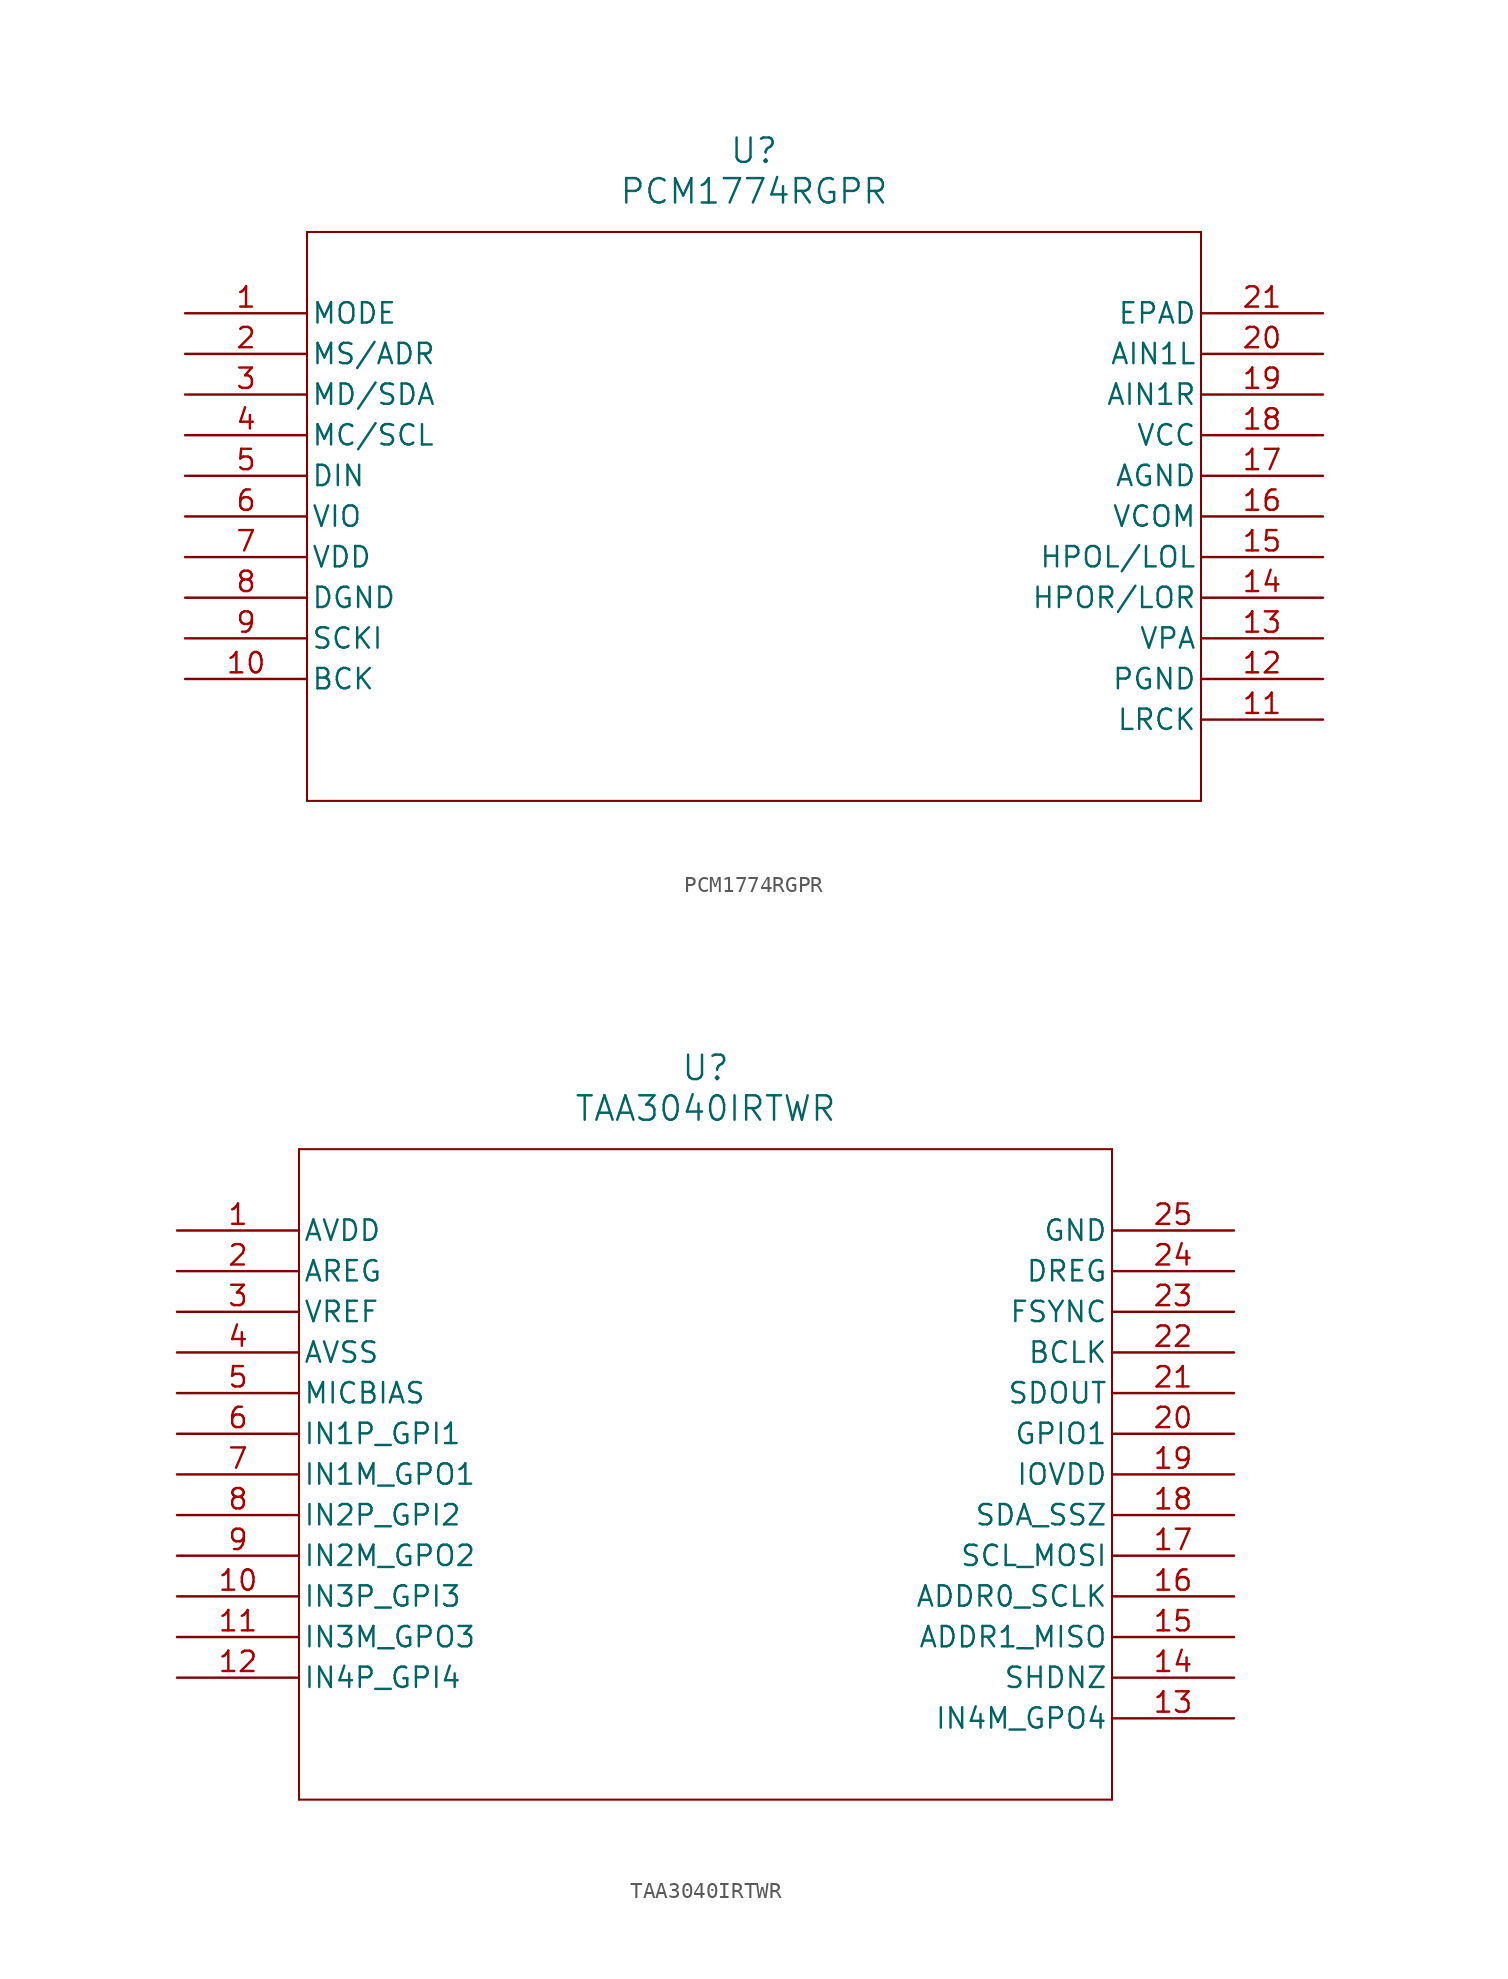
<source format=kicad_sym>
(kicad_symbol_lib
  (version 20241209)
  (generator "kicad_symbol_editor")
  (generator_version "9.0")
  (symbol "PCM1774RGPR"
    (pin_names
      (offset 0.254))
    (property "Reference" "U"
      (at 35.56 10.16 0)
      (effects (font (size 1.524 1.524))))
    (property "Value" "PCM1774RGPR"
      (at 35.56 7.62 0)
      (effects (font (size 1.524 1.524))))
    (property "ki_locked" ""
      (at 0 0 0)
      (effects (font (size 1.27 1.27))))
    (symbol "PCM1774RGPR_0_1"
      (polyline (pts (xy 7.62 5.08) (xy 7.62 -30.48)) (stroke (width 0.127) (type default)) (fill (type none)))
      (polyline (pts (xy 7.62 -30.48) (xy 63.5 -30.48)) (stroke (width 0.127) (type default)) (fill (type none)))
      (polyline (pts (xy 63.5 5.08) (xy 7.62 5.08)) (stroke (width 0.127) (type default)) (fill (type none)))
      (polyline (pts (xy 63.5 -30.48) (xy 63.5 5.08)) (stroke (width 0.127) (type default)) (fill (type none)))
      (pin input line (at 0 0 0) (length 7.62) (name "MODE" (effects (font (size 1.27 1.27)))) (number "1" (effects (font (size 1.27 1.27)))))
      (pin input line (at 0 -2.54 0) (length 7.62) (name "MS/ADR" (effects (font (size 1.27 1.27)))) (number "2" (effects (font (size 1.27 1.27)))))
      (pin bidirectional line (at 0 -5.08 0) (length 7.62) (name "MD/SDA" (effects (font (size 1.27 1.27)))) (number "3" (effects (font (size 1.27 1.27)))))
      (pin input line (at 0 -7.62 0) (length 7.62) (name "MC/SCL" (effects (font (size 1.27 1.27)))) (number "4" (effects (font (size 1.27 1.27)))))
      (pin input line (at 0 -10.16 0) (length 7.62) (name "DIN" (effects (font (size 1.27 1.27)))) (number "5" (effects (font (size 1.27 1.27)))))
      (pin bidirectional line (at 0 -12.7 0) (length 7.62) (name "VIO" (effects (font (size 1.27 1.27)))) (number "6" (effects (font (size 1.27 1.27)))))
      (pin power_in line (at 0 -15.24 0) (length 7.62) (name "VDD" (effects (font (size 1.27 1.27)))) (number "7" (effects (font (size 1.27 1.27)))))
      (pin power_in line (at 0 -17.78 0) (length 7.62) (name "DGND" (effects (font (size 1.27 1.27)))) (number "8" (effects (font (size 1.27 1.27)))))
      (pin input line (at 0 -20.32 0) (length 7.62) (name "SCKI" (effects (font (size 1.27 1.27)))) (number "9" (effects (font (size 1.27 1.27)))))
      (pin bidirectional line (at 0 -22.86 0) (length 7.62) (name "BCK" (effects (font (size 1.27 1.27)))) (number "10" (effects (font (size 1.27 1.27)))))
      (pin unspecified line (at 71.12 0 180) (length 7.62) (name "EPAD" (effects (font (size 1.27 1.27)))) (number "21" (effects (font (size 1.27 1.27)))))
      (pin input line (at 71.12 -2.54 180) (length 7.62) (name "AIN1L" (effects (font (size 1.27 1.27)))) (number "20" (effects (font (size 1.27 1.27)))))
      (pin input line (at 71.12 -5.08 180) (length 7.62) (name "AIN1R" (effects (font (size 1.27 1.27)))) (number "19" (effects (font (size 1.27 1.27)))))
      (pin power_in line (at 71.12 -7.62 180) (length 7.62) (name "VCC" (effects (font (size 1.27 1.27)))) (number "18" (effects (font (size 1.27 1.27)))))
      (pin power_in line (at 71.12 -10.16 180) (length 7.62) (name "AGND" (effects (font (size 1.27 1.27)))) (number "17" (effects (font (size 1.27 1.27)))))
      (pin power_in line (at 71.12 -12.7 180) (length 7.62) (name "VCOM" (effects (font (size 1.27 1.27)))) (number "16" (effects (font (size 1.27 1.27)))))
      (pin output line (at 71.12 -15.24 180) (length 7.62) (name "HPOL/LOL" (effects (font (size 1.27 1.27)))) (number "15" (effects (font (size 1.27 1.27)))))
      (pin output line (at 71.12 -17.78 180) (length 7.62) (name "HPOR/LOR" (effects (font (size 1.27 1.27)))) (number "14" (effects (font (size 1.27 1.27)))))
      (pin power_in line (at 71.12 -20.32 180) (length 7.62) (name "VPA" (effects (font (size 1.27 1.27)))) (number "13" (effects (font (size 1.27 1.27)))))
      (pin power_in line (at 71.12 -22.86 180) (length 7.62) (name "PGND" (effects (font (size 1.27 1.27)))) (number "12" (effects (font (size 1.27 1.27)))))
      (pin bidirectional line (at 71.12 -25.4 180) (length 7.62) (name "LRCK" (effects (font (size 1.27 1.27)))) (number "11" (effects (font (size 1.27 1.27)))))))
  (symbol "TAA3040IRTWR"
    (pin_names
      (offset 0.254))
    (property "Reference" "U"
      (at 33.02 10.16 0)
      (effects (font (size 1.524 1.524))))
    (property "Value" "TAA3040IRTWR"
      (at 33.02 7.62 0)
      (effects (font (size 1.524 1.524))))
    (property "ki_locked" ""
      (at 0 0 0)
      (effects (font (size 1.27 1.27))))
    (symbol "TAA3040IRTWR_0_1"
      (polyline (pts (xy 7.62 5.08) (xy 7.62 -35.56)) (stroke (width 0.127) (type default)) (fill (type none)))
      (polyline (pts (xy 7.62 -35.56) (xy 58.42 -35.56)) (stroke (width 0.127) (type default)) (fill (type none)))
      (polyline (pts (xy 58.42 5.08) (xy 7.62 5.08)) (stroke (width 0.127) (type default)) (fill (type none)))
      (polyline (pts (xy 58.42 -35.56) (xy 58.42 5.08)) (stroke (width 0.127) (type default)) (fill (type none)))
      (pin power_in line (at 0 0 0) (length 7.62) (name "AVDD" (effects (font (size 1.27 1.27)))) (number "1" (effects (font (size 1.27 1.27)))))
      (pin power_in line (at 0 -2.54 0) (length 7.62) (name "AREG" (effects (font (size 1.27 1.27)))) (number "2" (effects (font (size 1.27 1.27)))))
      (pin output line (at 0 -5.08 0) (length 7.62) (name "VREF" (effects (font (size 1.27 1.27)))) (number "3" (effects (font (size 1.27 1.27)))))
      (pin power_in line (at 0 -7.62 0) (length 7.62) (name "AVSS" (effects (font (size 1.27 1.27)))) (number "4" (effects (font (size 1.27 1.27)))))
      (pin output line (at 0 -10.16 0) (length 7.62) (name "MICBIAS" (effects (font (size 1.27 1.27)))) (number "5" (effects (font (size 1.27 1.27)))))
      (pin input line (at 0 -12.7 0) (length 7.62) (name "IN1P_GPI1" (effects (font (size 1.27 1.27)))) (number "6" (effects (font (size 1.27 1.27)))))
      (pin input line (at 0 -15.24 0) (length 7.62) (name "IN1M_GPO1" (effects (font (size 1.27 1.27)))) (number "7" (effects (font (size 1.27 1.27)))))
      (pin input line (at 0 -17.78 0) (length 7.62) (name "IN2P_GPI2" (effects (font (size 1.27 1.27)))) (number "8" (effects (font (size 1.27 1.27)))))
      (pin bidirectional line (at 0 -20.32 0) (length 7.62) (name "IN2M_GPO2" (effects (font (size 1.27 1.27)))) (number "9" (effects (font (size 1.27 1.27)))))
      (pin input line (at 0 -22.86 0) (length 7.62) (name "IN3P_GPI3" (effects (font (size 1.27 1.27)))) (number "10" (effects (font (size 1.27 1.27)))))
      (pin bidirectional line (at 0 -25.4 0) (length 7.62) (name "IN3M_GPO3" (effects (font (size 1.27 1.27)))) (number "11" (effects (font (size 1.27 1.27)))))
      (pin input line (at 0 -27.94 0) (length 7.62) (name "IN4P_GPI4" (effects (font (size 1.27 1.27)))) (number "12" (effects (font (size 1.27 1.27)))))
      (pin power_out line (at 66.04 0 180) (length 7.62) (name "GND" (effects (font (size 1.27 1.27)))) (number "25" (effects (font (size 1.27 1.27)))))
      (pin power_in line (at 66.04 -2.54 180) (length 7.62) (name "DREG" (effects (font (size 1.27 1.27)))) (number "24" (effects (font (size 1.27 1.27)))))
      (pin bidirectional line (at 66.04 -5.08 180) (length 7.62) (name "FSYNC" (effects (font (size 1.27 1.27)))) (number "23" (effects (font (size 1.27 1.27)))))
      (pin bidirectional line (at 66.04 -7.62 180) (length 7.62) (name "BCLK" (effects (font (size 1.27 1.27)))) (number "22" (effects (font (size 1.27 1.27)))))
      (pin output line (at 66.04 -10.16 180) (length 7.62) (name "SDOUT" (effects (font (size 1.27 1.27)))) (number "21" (effects (font (size 1.27 1.27)))))
      (pin bidirectional line (at 66.04 -12.7 180) (length 7.62) (name "GPIO1" (effects (font (size 1.27 1.27)))) (number "20" (effects (font (size 1.27 1.27)))))
      (pin power_in line (at 66.04 -15.24 180) (length 7.62) (name "IOVDD" (effects (font (size 1.27 1.27)))) (number "19" (effects (font (size 1.27 1.27)))))
      (pin bidirectional line (at 66.04 -17.78 180) (length 7.62) (name "SDA_SSZ" (effects (font (size 1.27 1.27)))) (number "18" (effects (font (size 1.27 1.27)))))
      (pin input line (at 66.04 -20.32 180) (length 7.62) (name "SCL_MOSI" (effects (font (size 1.27 1.27)))) (number "17" (effects (font (size 1.27 1.27)))))
      (pin input line (at 66.04 -22.86 180) (length 7.62) (name "ADDR0_SCLK" (effects (font (size 1.27 1.27)))) (number "16" (effects (font (size 1.27 1.27)))))
      (pin bidirectional line (at 66.04 -25.4 180) (length 7.62) (name "ADDR1_MISO" (effects (font (size 1.27 1.27)))) (number "15" (effects (font (size 1.27 1.27)))))
      (pin input line (at 66.04 -27.94 180) (length 7.62) (name "SHDNZ" (effects (font (size 1.27 1.27)))) (number "14" (effects (font (size 1.27 1.27)))))
      (pin bidirectional line (at 66.04 -30.48 180) (length 7.62) (name "IN4M_GPO4" (effects (font (size 1.27 1.27)))) (number "13" (effects (font (size 1.27 1.27))))))))
</source>
